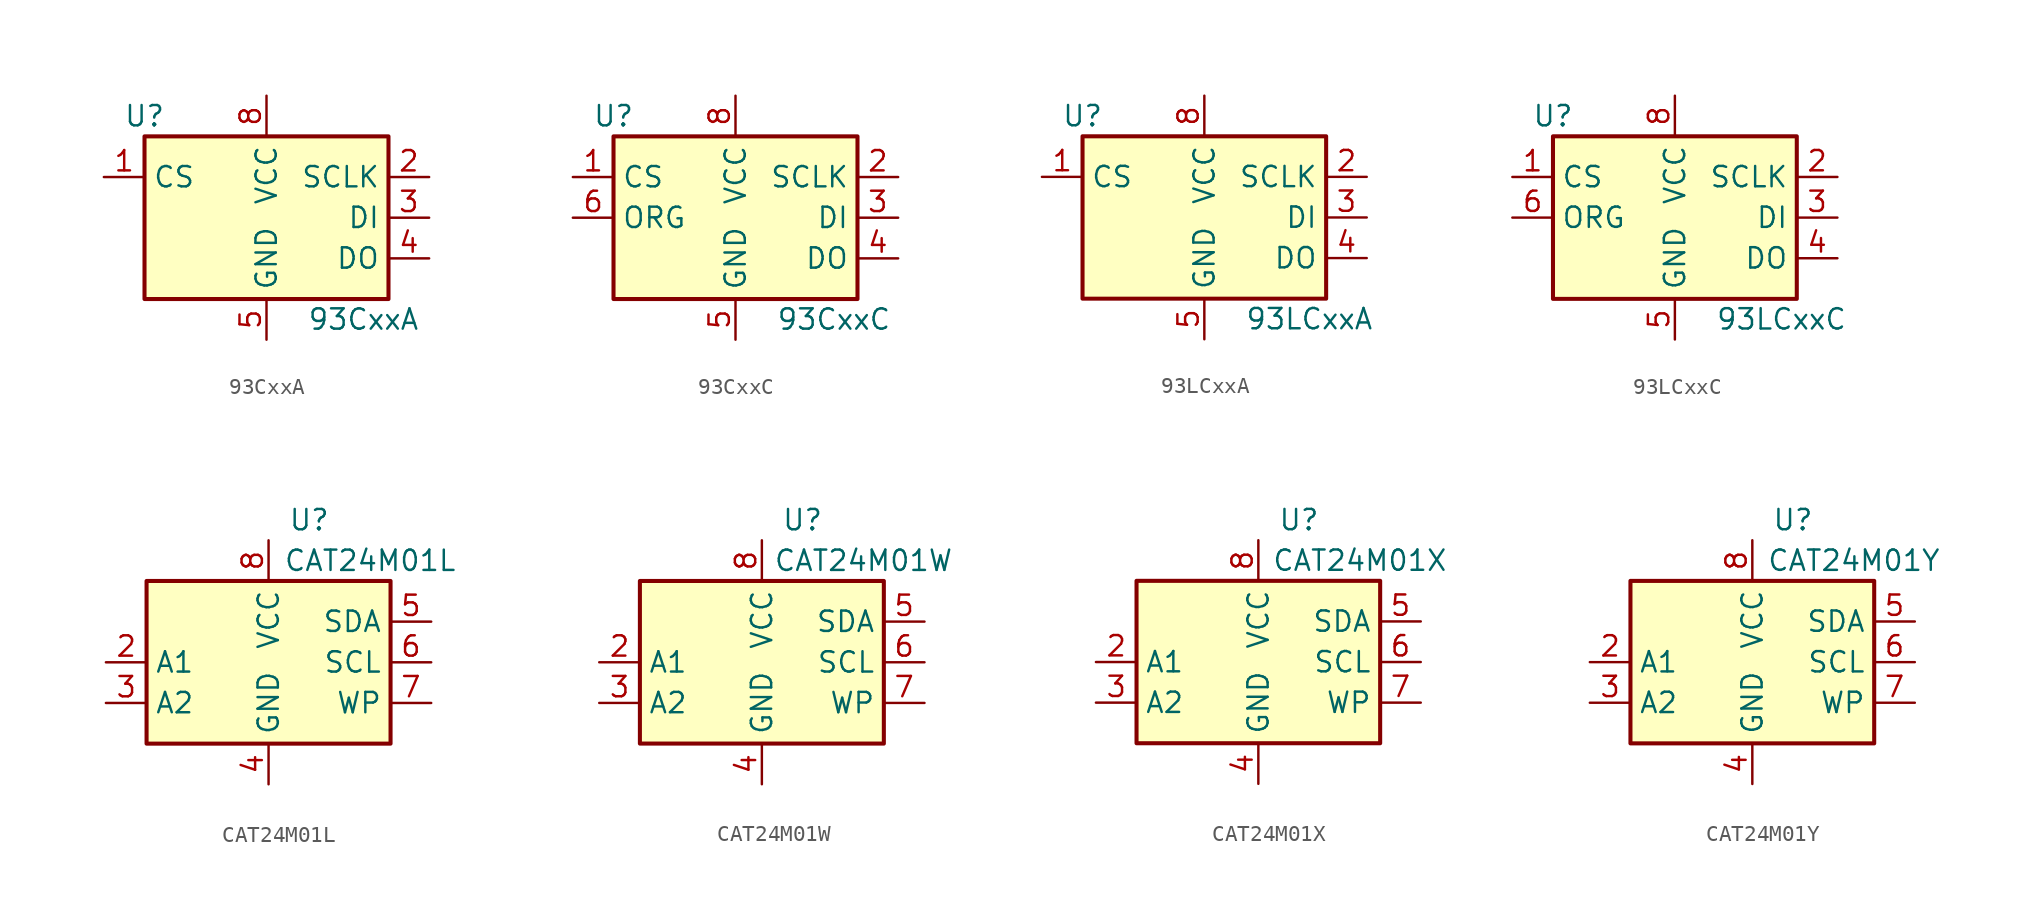
<source format=kicad_sym>
(kicad_symbol_lib
  (version 20200908)
  (generator kicad_symbol_editor)
  (symbol "Memory_EEPROM:93CxxA"
    (property "Reference" "U"
      (at -7.62 6.35 0)
      (effects (font (size 1.27 1.27))))
    (property "Value" "93CxxA"
      (at 2.54 -6.35 0)
      (effects (font (size 1.27 1.27)) (justify left)))
    (symbol "93CxxA_1_1"
      (rectangle (start -7.62 5.08) (end 7.62 -5.08) (stroke (width 0.254)) (fill (type background)))
      (pin input line (at -10.16 2.54 0) (length 2.54) (name "CS" (effects (font (size 1.27 1.27)))) (number "1" (effects (font (size 1.27 1.27)))))
      (pin input line (at 10.16 2.54 180) (length 2.54) (name "SCLK" (effects (font (size 1.27 1.27)))) (number "2" (effects (font (size 1.27 1.27)))))
      (pin input line (at 10.16 0 180) (length 2.54) (name "DI" (effects (font (size 1.27 1.27)))) (number "3" (effects (font (size 1.27 1.27)))))
      (pin tri_state line (at 10.16 -2.54 180) (length 2.54) (name "DO" (effects (font (size 1.27 1.27)))) (number "4" (effects (font (size 1.27 1.27)))))
      (pin power_in line (at 0 -7.62 90) (length 2.54) (name "GND" (effects (font (size 1.27 1.27)))) (number "5" (effects (font (size 1.27 1.27)))))
      (pin unconnected line (at -7.62 0 0) (length 2.54) hide (name "NC" (effects (font (size 1.27 1.27)))) (number "6" (effects (font (size 1.27 1.27)))))
      (pin unconnected line (at -7.62 -2.54 0) (length 2.54) hide (name "NC" (effects (font (size 1.27 1.27)))) (number "7" (effects (font (size 1.27 1.27)))))
      (pin power_in line (at 0 7.62 270) (length 2.54) (name "VCC" (effects (font (size 1.27 1.27)))) (number "8" (effects (font (size 1.27 1.27)))))))
  (symbol "Memory_EEPROM:93CxxC"
    (property "Reference" "U"
      (at -7.62 6.35 0)
      (effects (font (size 1.27 1.27))))
    (property "Value" "93CxxC"
      (at 2.54 -6.35 0)
      (effects (font (size 1.27 1.27)) (justify left)))
    (symbol "93CxxC_1_1"
      (rectangle (start -7.62 5.08) (end 7.62 -5.08) (stroke (width 0.254)) (fill (type background)))
      (pin input line (at -10.16 2.54 0) (length 2.54) (name "CS" (effects (font (size 1.27 1.27)))) (number "1" (effects (font (size 1.27 1.27)))))
      (pin input line (at 10.16 2.54 180) (length 2.54) (name "SCLK" (effects (font (size 1.27 1.27)))) (number "2" (effects (font (size 1.27 1.27)))))
      (pin input line (at 10.16 0 180) (length 2.54) (name "DI" (effects (font (size 1.27 1.27)))) (number "3" (effects (font (size 1.27 1.27)))))
      (pin tri_state line (at 10.16 -2.54 180) (length 2.54) (name "DO" (effects (font (size 1.27 1.27)))) (number "4" (effects (font (size 1.27 1.27)))))
      (pin power_in line (at 0 -7.62 90) (length 2.54) (name "GND" (effects (font (size 1.27 1.27)))) (number "5" (effects (font (size 1.27 1.27)))))
      (pin input line (at -10.16 0 0) (length 2.54) (name "ORG" (effects (font (size 1.27 1.27)))) (number "6" (effects (font (size 1.27 1.27)))))
      (pin unconnected line (at -7.62 -2.54 0) (length 2.54) hide (name "NC" (effects (font (size 1.27 1.27)))) (number "7" (effects (font (size 1.27 1.27)))))
      (pin power_in line (at 0 7.62 270) (length 2.54) (name "VCC" (effects (font (size 1.27 1.27)))) (number "8" (effects (font (size 1.27 1.27)))))))
  (symbol "Memory_EEPROM:93LCxxA"
    (property "Reference" "U"
      (at -7.62 6.35 0)
      (effects (font (size 1.27 1.27))))
    (property "Value" "93LCxxA"
      (at 2.54 -6.35 0)
      (effects (font (size 1.27 1.27)) (justify left)))
    (symbol "93LCxxA_1_1"
      (rectangle (start -7.62 5.08) (end 7.62 -5.08) (stroke (width 0.254)) (fill (type background)))
      (pin input line (at -10.16 2.54 0) (length 2.54) (name "CS" (effects (font (size 1.27 1.27)))) (number "1" (effects (font (size 1.27 1.27)))))
      (pin input line (at 10.16 2.54 180) (length 2.54) (name "SCLK" (effects (font (size 1.27 1.27)))) (number "2" (effects (font (size 1.27 1.27)))))
      (pin input line (at 10.16 0 180) (length 2.54) (name "DI" (effects (font (size 1.27 1.27)))) (number "3" (effects (font (size 1.27 1.27)))))
      (pin tri_state line (at 10.16 -2.54 180) (length 2.54) (name "DO" (effects (font (size 1.27 1.27)))) (number "4" (effects (font (size 1.27 1.27)))))
      (pin power_in line (at 0 -7.62 90) (length 2.54) (name "GND" (effects (font (size 1.27 1.27)))) (number "5" (effects (font (size 1.27 1.27)))))
      (pin unconnected line (at -7.62 0 0) (length 2.54) hide (name "NC" (effects (font (size 1.27 1.27)))) (number "6" (effects (font (size 1.27 1.27)))))
      (pin unconnected line (at -7.62 -2.54 0) (length 2.54) hide (name "NC" (effects (font (size 1.27 1.27)))) (number "7" (effects (font (size 1.27 1.27)))))
      (pin power_in line (at 0 7.62 270) (length 2.54) (name "VCC" (effects (font (size 1.27 1.27)))) (number "8" (effects (font (size 1.27 1.27)))))))
  (symbol "Memory_EEPROM:93LCxxC"
    (property "Reference" "U"
      (at -7.62 6.35 0)
      (effects (font (size 1.27 1.27))))
    (property "Value" "93LCxxC"
      (at 2.54 -6.35 0)
      (effects (font (size 1.27 1.27)) (justify left)))
    (symbol "93LCxxC_1_1"
      (rectangle (start -7.62 5.08) (end 7.62 -5.08) (stroke (width 0.254)) (fill (type background)))
      (pin input line (at -10.16 2.54 0) (length 2.54) (name "CS" (effects (font (size 1.27 1.27)))) (number "1" (effects (font (size 1.27 1.27)))))
      (pin input line (at 10.16 2.54 180) (length 2.54) (name "SCLK" (effects (font (size 1.27 1.27)))) (number "2" (effects (font (size 1.27 1.27)))))
      (pin input line (at 10.16 0 180) (length 2.54) (name "DI" (effects (font (size 1.27 1.27)))) (number "3" (effects (font (size 1.27 1.27)))))
      (pin tri_state line (at 10.16 -2.54 180) (length 2.54) (name "DO" (effects (font (size 1.27 1.27)))) (number "4" (effects (font (size 1.27 1.27)))))
      (pin power_in line (at 0 -7.62 90) (length 2.54) (name "GND" (effects (font (size 1.27 1.27)))) (number "5" (effects (font (size 1.27 1.27)))))
      (pin input line (at -10.16 0 0) (length 2.54) (name "ORG" (effects (font (size 1.27 1.27)))) (number "6" (effects (font (size 1.27 1.27)))))
      (pin unconnected line (at -7.62 -2.54 0) (length 2.54) hide (name "NC" (effects (font (size 1.27 1.27)))) (number "7" (effects (font (size 1.27 1.27)))))
      (pin power_in line (at 0 7.62 270) (length 2.54) (name "VCC" (effects (font (size 1.27 1.27)))) (number "8" (effects (font (size 1.27 1.27)))))))
  (symbol "Memory_EEPROM:CAT24M01L"
    (property "Reference" "U"
      (at 2.54 8.89 0)
      (effects (font (size 1.27 1.27))))
    (property "Value" "CAT24M01L"
      (at 6.35 6.35 0)
      (effects (font (size 1.27 1.27))))
    (symbol "CAT24M01L_1_1"
      (rectangle (start -7.62 5.08) (end 7.62 -5.08) (stroke (width 0.254)) (fill (type background)))
      (pin unconnected line (at -7.62 2.54 0) (length 2.54) hide (name "NC" (effects (font (size 1.27 1.27)))) (number "1" (effects (font (size 1.27 1.27)))))
      (pin input line (at -10.16 0 0) (length 2.54) (name "A1" (effects (font (size 1.27 1.27)))) (number "2" (effects (font (size 1.27 1.27)))))
      (pin input line (at -10.16 -2.54 0) (length 2.54) (name "A2" (effects (font (size 1.27 1.27)))) (number "3" (effects (font (size 1.27 1.27)))))
      (pin power_in line (at 0 -7.62 90) (length 2.54) (name "GND" (effects (font (size 1.27 1.27)))) (number "4" (effects (font (size 1.27 1.27)))))
      (pin bidirectional line (at 10.16 2.54 180) (length 2.54) (name "SDA" (effects (font (size 1.27 1.27)))) (number "5" (effects (font (size 1.27 1.27)))))
      (pin input line (at 10.16 0 180) (length 2.54) (name "SCL" (effects (font (size 1.27 1.27)))) (number "6" (effects (font (size 1.27 1.27)))))
      (pin input line (at 10.16 -2.54 180) (length 2.54) (name "WP" (effects (font (size 1.27 1.27)))) (number "7" (effects (font (size 1.27 1.27)))))
      (pin power_in line (at 0 7.62 270) (length 2.54) (name "VCC" (effects (font (size 1.27 1.27)))) (number "8" (effects (font (size 1.27 1.27)))))))
  (symbol "Memory_EEPROM:CAT24M01W"
    (property "Reference" "U"
      (at 2.54 8.89 0)
      (effects (font (size 1.27 1.27))))
    (property "Value" "CAT24M01W"
      (at 6.35 6.35 0)
      (effects (font (size 1.27 1.27))))
    (symbol "CAT24M01W_1_1"
      (rectangle (start -7.62 5.08) (end 7.62 -5.08) (stroke (width 0.254)) (fill (type background)))
      (pin unconnected line (at -7.62 2.54 0) (length 2.54) hide (name "NC" (effects (font (size 1.27 1.27)))) (number "1" (effects (font (size 1.27 1.27)))))
      (pin input line (at -10.16 0 0) (length 2.54) (name "A1" (effects (font (size 1.27 1.27)))) (number "2" (effects (font (size 1.27 1.27)))))
      (pin input line (at -10.16 -2.54 0) (length 2.54) (name "A2" (effects (font (size 1.27 1.27)))) (number "3" (effects (font (size 1.27 1.27)))))
      (pin power_in line (at 0 -7.62 90) (length 2.54) (name "GND" (effects (font (size 1.27 1.27)))) (number "4" (effects (font (size 1.27 1.27)))))
      (pin bidirectional line (at 10.16 2.54 180) (length 2.54) (name "SDA" (effects (font (size 1.27 1.27)))) (number "5" (effects (font (size 1.27 1.27)))))
      (pin input line (at 10.16 0 180) (length 2.54) (name "SCL" (effects (font (size 1.27 1.27)))) (number "6" (effects (font (size 1.27 1.27)))))
      (pin input line (at 10.16 -2.54 180) (length 2.54) (name "WP" (effects (font (size 1.27 1.27)))) (number "7" (effects (font (size 1.27 1.27)))))
      (pin power_in line (at 0 7.62 270) (length 2.54) (name "VCC" (effects (font (size 1.27 1.27)))) (number "8" (effects (font (size 1.27 1.27)))))))
  (symbol "Memory_EEPROM:CAT24M01X"
    (property "Reference" "U"
      (at 2.54 8.89 0)
      (effects (font (size 1.27 1.27))))
    (property "Value" "CAT24M01X"
      (at 6.35 6.35 0)
      (effects (font (size 1.27 1.27))))
    (symbol "CAT24M01X_1_1"
      (rectangle (start -7.62 5.08) (end 7.62 -5.08) (stroke (width 0.254)) (fill (type background)))
      (pin unconnected line (at -7.62 2.54 0) (length 2.54) hide (name "NC" (effects (font (size 1.27 1.27)))) (number "1" (effects (font (size 1.27 1.27)))))
      (pin input line (at -10.16 0 0) (length 2.54) (name "A1" (effects (font (size 1.27 1.27)))) (number "2" (effects (font (size 1.27 1.27)))))
      (pin input line (at -10.16 -2.54 0) (length 2.54) (name "A2" (effects (font (size 1.27 1.27)))) (number "3" (effects (font (size 1.27 1.27)))))
      (pin power_in line (at 0 -7.62 90) (length 2.54) (name "GND" (effects (font (size 1.27 1.27)))) (number "4" (effects (font (size 1.27 1.27)))))
      (pin bidirectional line (at 10.16 2.54 180) (length 2.54) (name "SDA" (effects (font (size 1.27 1.27)))) (number "5" (effects (font (size 1.27 1.27)))))
      (pin input line (at 10.16 0 180) (length 2.54) (name "SCL" (effects (font (size 1.27 1.27)))) (number "6" (effects (font (size 1.27 1.27)))))
      (pin input line (at 10.16 -2.54 180) (length 2.54) (name "WP" (effects (font (size 1.27 1.27)))) (number "7" (effects (font (size 1.27 1.27)))))
      (pin power_in line (at 0 7.62 270) (length 2.54) (name "VCC" (effects (font (size 1.27 1.27)))) (number "8" (effects (font (size 1.27 1.27)))))))
  (symbol "Memory_EEPROM:CAT24M01Y"
    (property "Reference" "U"
      (at 2.54 8.89 0)
      (effects (font (size 1.27 1.27))))
    (property "Value" "CAT24M01Y"
      (at 6.35 6.35 0)
      (effects (font (size 1.27 1.27))))
    (symbol "CAT24M01Y_1_1"
      (rectangle (start -7.62 5.08) (end 7.62 -5.08) (stroke (width 0.254)) (fill (type background)))
      (pin unconnected line (at -7.62 2.54 0) (length 2.54) hide (name "NC" (effects (font (size 1.27 1.27)))) (number "1" (effects (font (size 1.27 1.27)))))
      (pin input line (at -10.16 0 0) (length 2.54) (name "A1" (effects (font (size 1.27 1.27)))) (number "2" (effects (font (size 1.27 1.27)))))
      (pin input line (at -10.16 -2.54 0) (length 2.54) (name "A2" (effects (font (size 1.27 1.27)))) (number "3" (effects (font (size 1.27 1.27)))))
      (pin power_in line (at 0 -7.62 90) (length 2.54) (name "GND" (effects (font (size 1.27 1.27)))) (number "4" (effects (font (size 1.27 1.27)))))
      (pin bidirectional line (at 10.16 2.54 180) (length 2.54) (name "SDA" (effects (font (size 1.27 1.27)))) (number "5" (effects (font (size 1.27 1.27)))))
      (pin input line (at 10.16 0 180) (length 2.54) (name "SCL" (effects (font (size 1.27 1.27)))) (number "6" (effects (font (size 1.27 1.27)))))
      (pin input line (at 10.16 -2.54 180) (length 2.54) (name "WP" (effects (font (size 1.27 1.27)))) (number "7" (effects (font (size 1.27 1.27)))))
      (pin power_in line (at 0 7.62 270) (length 2.54) (name "VCC" (effects (font (size 1.27 1.27)))) (number "8" (effects (font (size 1.27 1.27))))))))
</source>
